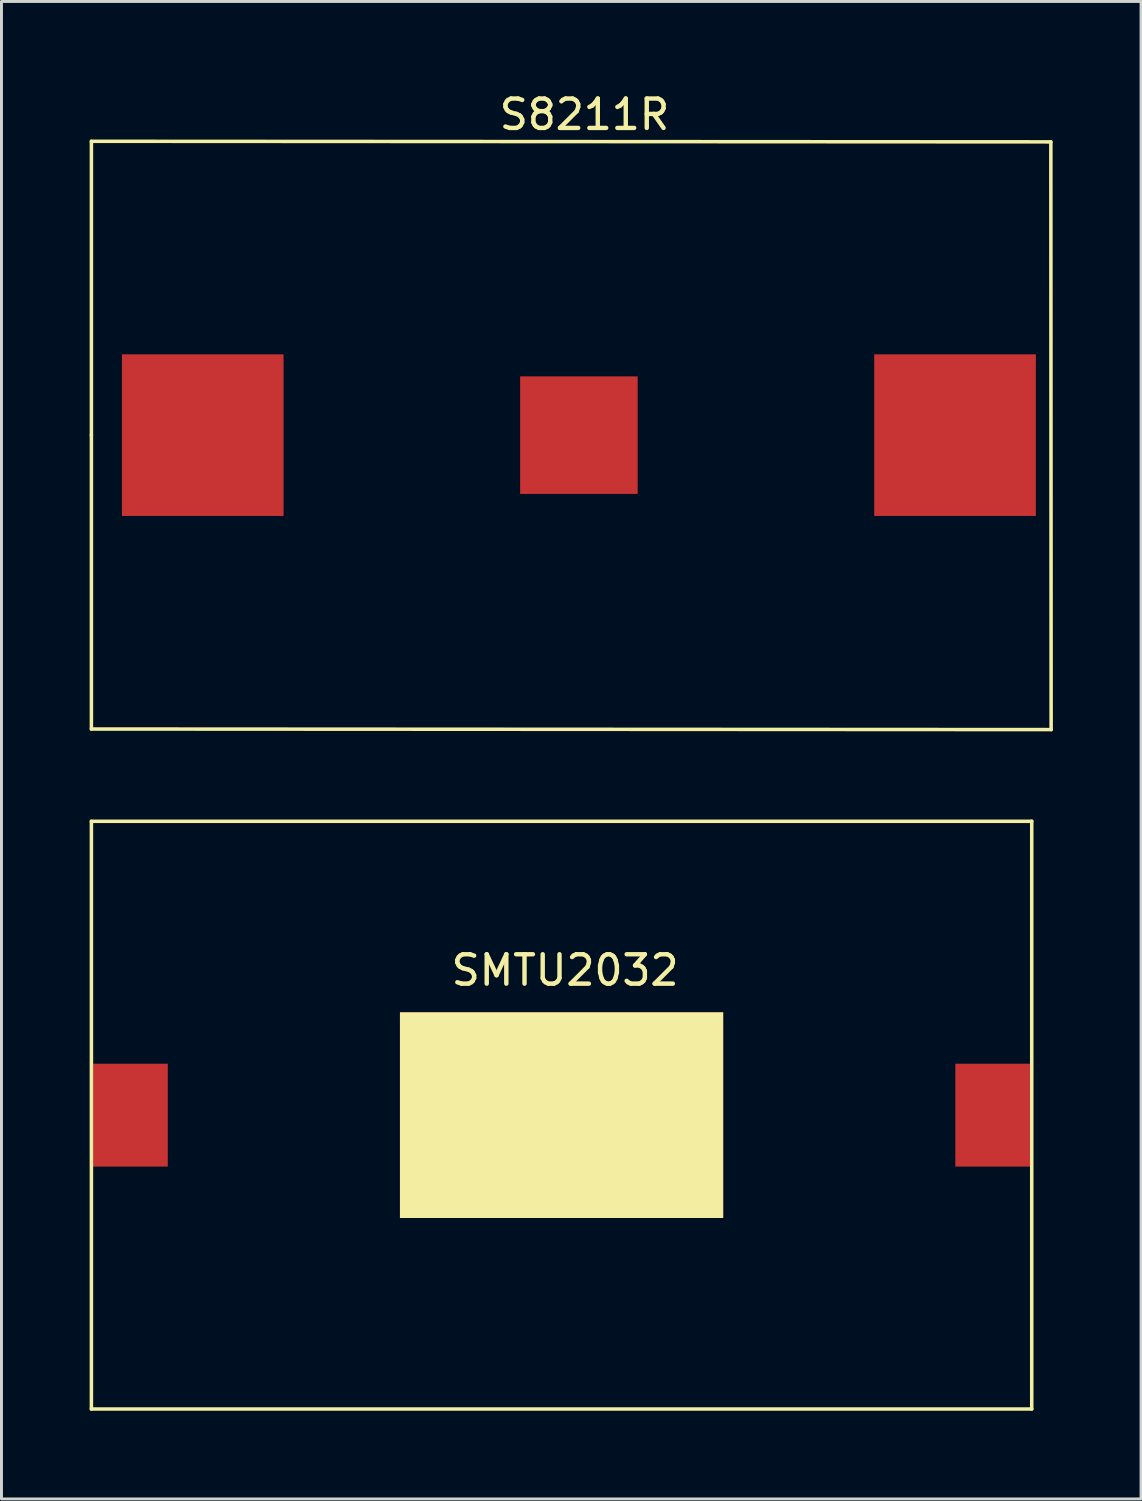
<source format=kicad_pcb>
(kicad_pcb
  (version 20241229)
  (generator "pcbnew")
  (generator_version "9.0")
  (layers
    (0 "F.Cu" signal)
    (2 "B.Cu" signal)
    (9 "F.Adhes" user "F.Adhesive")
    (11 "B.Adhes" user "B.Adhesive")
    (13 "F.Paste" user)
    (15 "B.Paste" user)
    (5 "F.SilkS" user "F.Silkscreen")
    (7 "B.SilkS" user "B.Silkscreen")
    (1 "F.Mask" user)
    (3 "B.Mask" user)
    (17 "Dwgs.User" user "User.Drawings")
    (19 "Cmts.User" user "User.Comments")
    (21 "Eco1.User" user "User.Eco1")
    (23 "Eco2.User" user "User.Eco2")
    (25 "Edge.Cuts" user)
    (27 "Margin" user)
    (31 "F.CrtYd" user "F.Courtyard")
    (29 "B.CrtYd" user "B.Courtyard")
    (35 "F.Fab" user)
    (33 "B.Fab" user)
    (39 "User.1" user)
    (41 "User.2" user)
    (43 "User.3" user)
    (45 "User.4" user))
  (footprint "SMTU2032"
    (layer "F.Cu")
    (at 16.06 34.898)
    (property "Reference" "SMTU2032" (at 0.12 -4.93 0) (layer "F.SilkS") (effects (font (size 1 1) (thickness 0.15))))
    (attr through_hole)
    (fp_line (start -16 -10) (end -16 10) (stroke (width 0.12) (type solid)) (layer "F.SilkS"))
    (fp_line (start -16 -10) (end 16 -10) (stroke (width 0.12) (type solid)) (layer "F.SilkS"))
    (fp_line (start -16 10) (end 16 10) (stroke (width 0.12) (type solid)) (layer "F.SilkS"))
    (fp_line (start 16 -10) (end 16 10) (stroke (width 0.12) (type solid)) (layer "F.SilkS"))
    (pad "" smd rect (at 0 0) (size 11 7) (layers "F.Cu" "F.SilkS"))
    (pad "1" smd rect (at 14.7 0) (size 2.6 3.5) (layers "F.Cu" "F.Mask" "F.Paste"))
    (pad "2" smd rect (at -14.7 0) (size 2.6 3.5) (layers "F.Cu" "F.Mask" "F.Paste")))
  (footprint "S8211R"
    (layer "F.Cu")
    (at 16.65 11.758)
    (property "Reference" "S8211R" (at 0.19 -10.91 0) (layer "F.SilkS") (effects (font (size 1 1) (thickness 0.15))))
    (attr through_hole)
    (fp_line (start -16.59 -10) (end 16.06 -9.98) (stroke (width 0.12) (type solid)) (layer "F.SilkS"))
    (fp_line (start -16.59 0) (end -16.59 -10) (stroke (width 0.12) (type solid)) (layer "F.SilkS"))
    (fp_line (start -16.59 0) (end -16.59 10) (stroke (width 0.12) (type solid)) (layer "F.SilkS"))
    (fp_line (start -16.59 10) (end 16.07 10.02) (stroke (width 0.12) (type solid)) (layer "F.SilkS"))
    (fp_line (start 16.07 10.02) (end 16.06 -9.98) (stroke (width 0.12) (type solid)) (layer "F.SilkS"))
    (pad "1" smd rect (at -12.8 0) (size 5.5 5.5) (layers "F.Cu" "F.Mask" "F.Paste"))
    (pad "1" smd rect (at 12.8 0) (size 5.5 5.5) (layers "F.Cu" "F.Mask" "F.Paste"))
    (pad "2" smd rect (at 0 0) (size 4 4) (layers "F.Cu" "F.Mask" "F.Paste")))
  (gr_rect
    (start -3 -3)
    (end 35.78 47.958)
    (stroke (width 0.1) (type default))
    (fill no)
    (layer "Edge.Cuts")))
</source>
